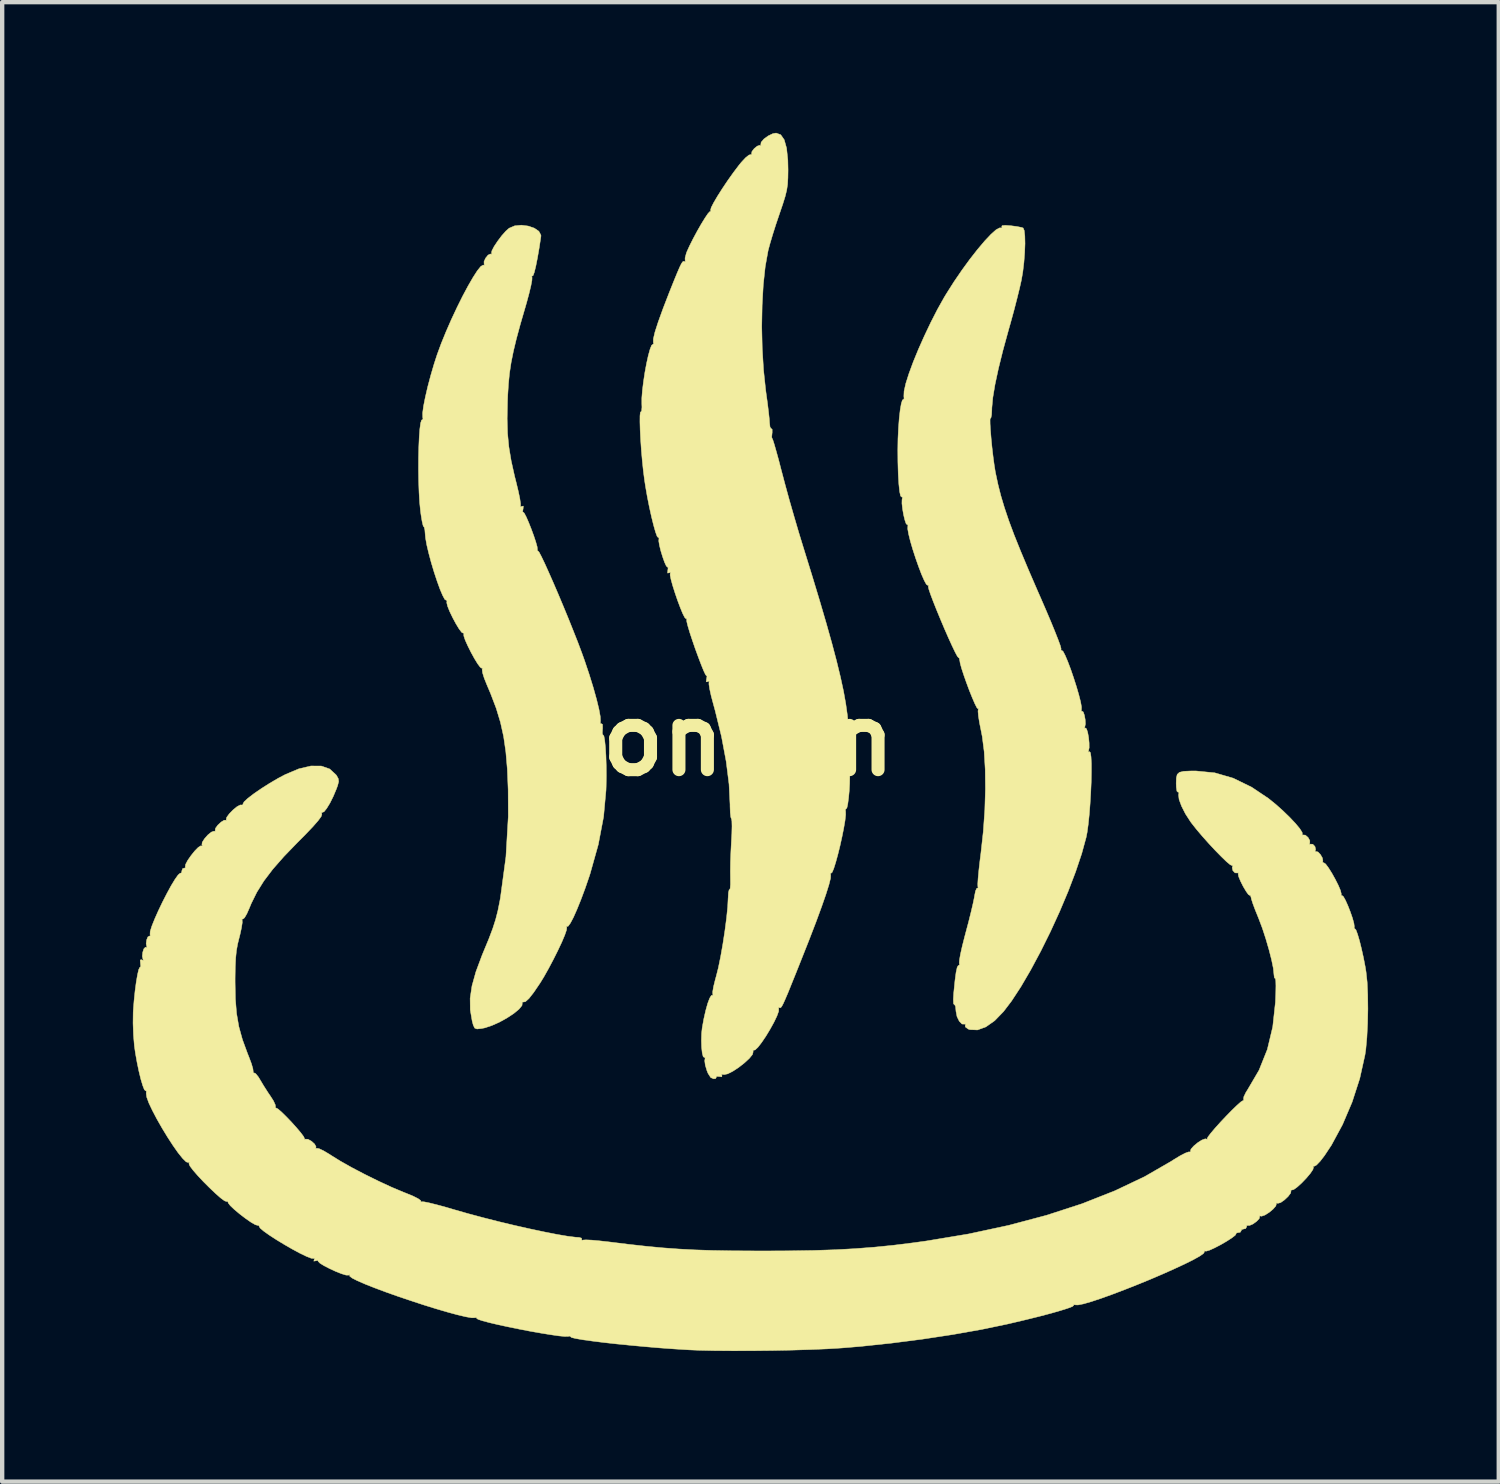
<source format=kicad_pcb>
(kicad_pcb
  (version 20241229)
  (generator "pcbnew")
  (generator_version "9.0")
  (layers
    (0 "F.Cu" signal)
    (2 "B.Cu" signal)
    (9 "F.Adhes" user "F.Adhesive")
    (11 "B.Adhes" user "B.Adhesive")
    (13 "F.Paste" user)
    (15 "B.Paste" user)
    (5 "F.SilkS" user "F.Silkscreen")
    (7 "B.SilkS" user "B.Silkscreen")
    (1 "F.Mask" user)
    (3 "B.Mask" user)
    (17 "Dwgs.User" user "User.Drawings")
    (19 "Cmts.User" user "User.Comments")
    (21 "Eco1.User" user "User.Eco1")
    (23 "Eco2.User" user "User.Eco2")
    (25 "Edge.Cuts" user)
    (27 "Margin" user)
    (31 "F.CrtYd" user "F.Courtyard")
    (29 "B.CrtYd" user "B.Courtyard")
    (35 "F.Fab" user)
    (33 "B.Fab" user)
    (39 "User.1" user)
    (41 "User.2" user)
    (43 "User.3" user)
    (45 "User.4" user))
  (footprint "onsen"
    (layer "F.Cu")
    (at 14.136 13.933)
    (property "Reference" "onsen" (at 0 0 0) (layer "F.SilkS") (effects (font (size 1.524 1.524) (thickness 0.3))))
    (attr through_hole)
    (fp_poly (pts (xy -5.059 -11.793) (xy -4.918 -11.745) (xy -4.813 -11.673) (xy -4.765 -11.583) (xy -4.766 -11.55) (xy -4.805 -11.292) (xy -4.845 -11.062) (xy -4.883 -10.871) (xy -4.917 -10.732) (xy -4.944 -10.658) (xy -4.956 -10.649) (xy -4.977 -10.639) (xy -4.969 -10.608) (xy -4.972 -10.546) (xy -4.996 -10.419) (xy -5.038 -10.244) (xy -5.094 -10.036) (xy -5.122 -9.939) (xy -5.238 -9.54) (xy -5.329 -9.204) (xy -5.398 -8.916) (xy -5.45 -8.658) (xy -5.487 -8.413) (xy -5.511 -8.166) (xy -5.528 -7.899) (xy -5.533 -7.764) (xy -5.541 -7.373) (xy -5.532 -7.037) (xy -5.502 -6.724) (xy -5.449 -6.404) (xy -5.37 -6.049) (xy -5.33 -5.891) (xy -5.284 -5.699) (xy -5.25 -5.535) (xy -5.233 -5.418) (xy -5.234 -5.366) (xy -5.236 -5.342) (xy -5.207 -5.355) (xy -5.17 -5.363) (xy -5.174 -5.304) (xy -5.176 -5.294) (xy -5.186 -5.231) (xy -5.175 -5.225) (xy -5.149 -5.202) (xy -5.104 -5.117) (xy -5.048 -4.989) (xy -4.988 -4.838) (xy -4.93 -4.681) (xy -4.883 -4.538) (xy -4.852 -4.428) (xy -4.847 -4.369) (xy -4.847 -4.369) (xy -4.847 -4.331) (xy -4.834 -4.334) (xy -4.807 -4.304) (xy -4.755 -4.205) (xy -4.68 -4.049) (xy -4.588 -3.845) (xy -4.482 -3.605) (xy -4.368 -3.34) (xy -4.25 -3.059) (xy -4.132 -2.773) (xy -4.02 -2.493) (xy -3.916 -2.23) (xy -3.827 -1.993) (xy -3.765 -1.82) (xy -3.657 -1.498) (xy -3.564 -1.197) (xy -3.489 -0.928) (xy -3.434 -0.703) (xy -3.403 -0.533) (xy -3.398 -0.429) (xy -3.4 -0.419) (xy -3.401 -0.364) (xy -3.377 -0.366) (xy -3.351 -0.35) (xy -3.349 -0.26) (xy -3.351 -0.242) (xy -3.356 -0.148) (xy -3.344 -0.108) (xy -3.339 -0.109) (xy -3.319 -0.082) (xy -3.301 0.015) (xy -3.285 0.17) (xy -3.273 0.367) (xy -3.266 0.593) (xy -3.264 0.834) (xy -3.268 1.076) (xy -3.271 1.162) (xy -3.327 1.773) (xy -3.448 2.408) (xy -3.636 3.078) (xy -3.656 3.14) (xy -3.75 3.414) (xy -3.845 3.669) (xy -3.936 3.894) (xy -4.018 4.079) (xy -4.088 4.212) (xy -4.139 4.283) (xy -4.16 4.29) (xy -4.184 4.29) (xy -4.172 4.314) (xy -4.178 4.371) (xy -4.218 4.488) (xy -4.286 4.649) (xy -4.376 4.84) (xy -4.479 5.046) (xy -4.589 5.254) (xy -4.698 5.448) (xy -4.784 5.588) (xy -4.929 5.802) (xy -5.04 5.944) (xy -5.121 6.017) (xy -5.175 6.026) (xy -5.177 6.025) (xy -5.2 6.026) (xy -5.193 6.043) (xy -5.2 6.105) (xy -5.27 6.19) (xy -5.389 6.288) (xy -5.542 6.389) (xy -5.713 6.484) (xy -5.889 6.563) (xy -6.053 6.618) (xy -6.135 6.634) (xy -6.233 6.644) (xy -6.286 6.624) (xy -6.319 6.556) (xy -6.344 6.463) (xy -6.388 6.205) (xy -6.391 5.939) (xy -6.348 5.652) (xy -6.258 5.329) (xy -6.119 4.956) (xy -6.08 4.861) (xy -5.961 4.574) (xy -5.872 4.338) (xy -5.805 4.129) (xy -5.753 3.925) (xy -5.708 3.7) (xy -5.695 3.626) (xy -5.569 2.691) (xy -5.515 1.764) (xy -5.518 1.143) (xy -5.537 0.681) (xy -5.571 0.283) (xy -5.622 -0.07) (xy -5.695 -0.399) (xy -5.793 -0.722) (xy -5.922 -1.06) (xy -6.008 -1.263) (xy -6.068 -1.413) (xy -6.106 -1.535) (xy -6.115 -1.609) (xy -6.113 -1.616) (xy -6.108 -1.645) (xy -6.123 -1.639) (xy -6.159 -1.662) (xy -6.22 -1.744) (xy -6.294 -1.865) (xy -6.373 -2.009) (xy -6.446 -2.155) (xy -6.504 -2.285) (xy -6.536 -2.38) (xy -6.537 -2.419) (xy -6.531 -2.449) (xy -6.548 -2.443) (xy -6.586 -2.464) (xy -6.646 -2.544) (xy -6.719 -2.664) (xy -6.793 -2.802) (xy -6.86 -2.941) (xy -6.908 -3.061) (xy -6.928 -3.142) (xy -6.926 -3.158) (xy -6.923 -3.201) (xy -6.939 -3.198) (xy -6.974 -3.221) (xy -7.023 -3.313) (xy -7.084 -3.457) (xy -7.15 -3.64) (xy -7.219 -3.848) (xy -7.284 -4.065) (xy -7.341 -4.278) (xy -7.387 -4.471) (xy -7.415 -4.631) (xy -7.422 -4.705) (xy -7.431 -4.817) (xy -7.447 -4.88) (xy -7.456 -4.886) (xy -7.472 -4.917) (xy -7.495 -5.015) (xy -7.519 -5.162) (xy -7.53 -5.242) (xy -7.55 -5.441) (xy -7.564 -5.676) (xy -7.573 -5.934) (xy -7.577 -6.202) (xy -7.576 -6.469) (xy -7.57 -6.722) (xy -7.56 -6.947) (xy -7.546 -7.134) (xy -7.528 -7.268) (xy -7.506 -7.338) (xy -7.491 -7.344) (xy -7.474 -7.36) (xy -7.48 -7.406) (xy -7.482 -7.499) (xy -7.461 -7.657) (xy -7.42 -7.864) (xy -7.364 -8.105) (xy -7.295 -8.365) (xy -7.218 -8.628) (xy -7.149 -8.84) (xy -7.055 -9.096) (xy -6.944 -9.368) (xy -6.822 -9.647) (xy -6.694 -9.92) (xy -6.565 -10.18) (xy -6.44 -10.414) (xy -6.325 -10.613) (xy -6.226 -10.767) (xy -6.147 -10.865) (xy -6.093 -10.897) (xy -6.086 -10.895) (xy -6.061 -10.893) (xy -6.07 -10.914) (xy -6.072 -10.978) (xy -6.035 -11.058) (xy -5.98 -11.126) (xy -5.926 -11.152) (xy -5.915 -11.148) (xy -5.891 -11.148) (xy -5.901 -11.169) (xy -5.892 -11.224) (xy -5.841 -11.323) (xy -5.76 -11.445) (xy -5.666 -11.57) (xy -5.57 -11.678) (xy -5.495 -11.744) (xy -5.368 -11.798) (xy -5.215 -11.813) (xy -5.059 -11.793)) (stroke (width 0.01) (type solid)) (fill yes) (layer "F.SilkS"))
    (fp_poly (pts (xy 6.025 -11.8) (xy 6.163 -11.782) (xy 6.269 -11.761) (xy 6.307 -11.748) (xy 6.332 -11.69) (xy 6.346 -11.564) (xy 6.35 -11.389) (xy 6.342 -11.182) (xy 6.325 -10.96) (xy 6.299 -10.739) (xy 6.266 -10.548) (xy 6.225 -10.366) (xy 6.166 -10.127) (xy 6.096 -9.855) (xy 6.019 -9.574) (xy 5.969 -9.398) (xy 5.843 -8.938) (xy 5.74 -8.522) (xy 5.662 -8.159) (xy 5.611 -7.855) (xy 5.589 -7.62) (xy 5.588 -7.573) (xy 5.582 -7.457) (xy 5.568 -7.389) (xy 5.555 -7.381) (xy 5.547 -7.35) (xy 5.548 -7.252) (xy 5.557 -7.102) (xy 5.572 -6.917) (xy 5.592 -6.713) (xy 5.616 -6.507) (xy 5.642 -6.314) (xy 5.668 -6.15) (xy 5.674 -6.12) (xy 5.729 -5.862) (xy 5.795 -5.601) (xy 5.877 -5.327) (xy 5.977 -5.03) (xy 6.1 -4.7) (xy 6.25 -4.327) (xy 6.429 -3.9) (xy 6.641 -3.41) (xy 6.696 -3.285) (xy 6.823 -2.993) (xy 6.937 -2.725) (xy 7.033 -2.491) (xy 7.108 -2.301) (xy 7.158 -2.165) (xy 7.178 -2.093) (xy 7.177 -2.085) (xy 7.177 -2.047) (xy 7.193 -2.051) (xy 7.224 -2.026) (xy 7.272 -1.934) (xy 7.332 -1.792) (xy 7.399 -1.615) (xy 7.466 -1.419) (xy 7.53 -1.219) (xy 7.585 -1.03) (xy 7.626 -0.869) (xy 7.647 -0.751) (xy 7.646 -0.696) (xy 7.642 -0.652) (xy 7.659 -0.654) (xy 7.688 -0.635) (xy 7.714 -0.559) (xy 7.732 -0.458) (xy 7.737 -0.359) (xy 7.723 -0.292) (xy 7.723 -0.291) (xy 7.716 -0.26) (xy 7.736 -0.269) (xy 7.763 -0.247) (xy 7.789 -0.166) (xy 7.81 -0.05) (xy 7.822 0.076) (xy 7.823 0.186) (xy 7.809 0.256) (xy 7.808 0.258) (xy 7.8 0.289) (xy 7.831 0.276) (xy 7.852 0.3) (xy 7.866 0.395) (xy 7.874 0.549) (xy 7.874 0.747) (xy 7.87 0.976) (xy 7.859 1.224) (xy 7.844 1.476) (xy 7.825 1.721) (xy 7.802 1.944) (xy 7.776 2.132) (xy 7.754 2.244) (xy 7.652 2.617) (xy 7.512 3.034) (xy 7.341 3.482) (xy 7.146 3.945) (xy 6.933 4.41) (xy 6.709 4.862) (xy 6.481 5.288) (xy 6.256 5.673) (xy 6.04 6.003) (xy 5.858 6.242) (xy 5.653 6.454) (xy 5.451 6.596) (xy 5.259 6.666) (xy 5.085 6.659) (xy 5.046 6.646) (xy 4.979 6.597) (xy 4.978 6.555) (xy 4.983 6.526) (xy 4.965 6.533) (xy 4.903 6.53) (xy 4.84 6.465) (xy 4.789 6.361) (xy 4.765 6.238) (xy 4.764 6.225) (xy 4.755 6.128) (xy 4.733 6.084) (xy 4.724 6.086) (xy 4.708 6.06) (xy 4.704 5.963) (xy 4.713 5.81) (xy 4.715 5.796) (xy 4.742 5.529) (xy 4.767 5.342) (xy 4.792 5.229) (xy 4.817 5.186) (xy 4.827 5.187) (xy 4.846 5.171) (xy 4.84 5.129) (xy 4.844 5.063) (xy 4.867 4.931) (xy 4.907 4.751) (xy 4.961 4.537) (xy 4.992 4.42) (xy 5.055 4.183) (xy 5.111 3.958) (xy 5.156 3.766) (xy 5.185 3.626) (xy 5.191 3.589) (xy 5.213 3.477) (xy 5.24 3.416) (xy 5.254 3.411) (xy 5.274 3.401) (xy 5.267 3.372) (xy 5.265 3.312) (xy 5.273 3.183) (xy 5.29 3) (xy 5.315 2.779) (xy 5.338 2.598) (xy 5.392 2.108) (xy 5.427 1.614) (xy 5.441 1.133) (xy 5.436 0.681) (xy 5.412 0.273) (xy 5.367 -0.076) (xy 5.342 -0.202) (xy 5.305 -0.387) (xy 5.28 -0.543) (xy 5.271 -0.651) (xy 5.275 -0.689) (xy 5.283 -0.717) (xy 5.269 -0.708) (xy 5.244 -0.734) (xy 5.199 -0.823) (xy 5.14 -0.959) (xy 5.073 -1.125) (xy 5.006 -1.305) (xy 4.944 -1.481) (xy 4.893 -1.637) (xy 4.861 -1.755) (xy 4.853 -1.806) (xy 4.839 -1.872) (xy 4.823 -1.882) (xy 4.797 -1.912) (xy 4.746 -2.007) (xy 4.676 -2.153) (xy 4.592 -2.337) (xy 4.501 -2.544) (xy 4.409 -2.762) (xy 4.321 -2.975) (xy 4.243 -3.171) (xy 4.181 -3.335) (xy 4.141 -3.454) (xy 4.129 -3.514) (xy 4.13 -3.517) (xy 4.138 -3.55) (xy 4.117 -3.542) (xy 4.084 -3.566) (xy 4.035 -3.656) (xy 3.973 -3.797) (xy 3.906 -3.974) (xy 3.837 -4.17) (xy 3.772 -4.37) (xy 3.717 -4.558) (xy 3.677 -4.72) (xy 3.656 -4.84) (xy 3.659 -4.896) (xy 3.661 -4.937) (xy 3.645 -4.934) (xy 3.619 -4.959) (xy 3.59 -5.044) (xy 3.561 -5.165) (xy 3.538 -5.299) (xy 3.524 -5.422) (xy 3.526 -5.51) (xy 3.53 -5.526) (xy 3.535 -5.571) (xy 3.519 -5.57) (xy 3.493 -5.594) (xy 3.471 -5.695) (xy 3.453 -5.865) (xy 3.439 -6.096) (xy 3.431 -6.381) (xy 3.429 -6.655) (xy 3.433 -6.911) (xy 3.445 -7.158) (xy 3.462 -7.383) (xy 3.484 -7.574) (xy 3.509 -7.716) (xy 3.535 -7.798) (xy 3.556 -7.811) (xy 3.573 -7.83) (xy 3.568 -7.886) (xy 3.573 -8.001) (xy 3.613 -8.179) (xy 3.685 -8.406) (xy 3.783 -8.672) (xy 3.903 -8.964) (xy 4.039 -9.27) (xy 4.186 -9.579) (xy 4.339 -9.878) (xy 4.494 -10.155) (xy 4.548 -10.244) (xy 4.72 -10.515) (xy 4.901 -10.78) (xy 5.083 -11.03) (xy 5.261 -11.257) (xy 5.425 -11.451) (xy 5.569 -11.604) (xy 5.685 -11.707) (xy 5.766 -11.751) (xy 5.787 -11.75) (xy 5.825 -11.751) (xy 5.816 -11.776) (xy 5.823 -11.802) (xy 5.896 -11.809) (xy 6.025 -11.8)) (stroke (width 0.01) (type solid)) (fill yes) (layer "F.SilkS"))
    (fp_poly (pts (xy 0.741 -13.889) (xy 0.821 -13.774) (xy 0.875 -13.581) (xy 0.904 -13.308) (xy 0.909 -13.081) (xy 0.906 -12.898) (xy 0.898 -12.751) (xy 0.878 -12.617) (xy 0.843 -12.474) (xy 0.788 -12.297) (xy 0.709 -12.065) (xy 0.63 -11.831) (xy 0.556 -11.598) (xy 0.495 -11.392) (xy 0.453 -11.237) (xy 0.449 -11.218) (xy 0.385 -10.862) (xy 0.34 -10.442) (xy 0.314 -9.976) (xy 0.305 -9.483) (xy 0.316 -8.982) (xy 0.346 -8.49) (xy 0.395 -8.028) (xy 0.407 -7.938) (xy 0.437 -7.723) (xy 0.461 -7.525) (xy 0.478 -7.366) (xy 0.484 -7.275) (xy 0.495 -7.181) (xy 0.517 -7.142) (xy 0.524 -7.143) (xy 0.544 -7.124) (xy 0.544 -7.046) (xy 0.542 -7.034) (xy 0.534 -6.949) (xy 0.541 -6.919) (xy 0.542 -6.921) (xy 0.558 -6.888) (xy 0.591 -6.785) (xy 0.637 -6.624) (xy 0.694 -6.418) (xy 0.756 -6.177) (xy 0.764 -6.148) (xy 0.843 -5.849) (xy 0.939 -5.499) (xy 1.046 -5.127) (xy 1.153 -4.762) (xy 1.25 -4.445) (xy 1.455 -3.783) (xy 1.633 -3.195) (xy 1.786 -2.673) (xy 1.916 -2.21) (xy 2.024 -1.801) (xy 2.112 -1.438) (xy 2.182 -1.115) (xy 2.234 -0.825) (xy 2.271 -0.562) (xy 2.294 -0.317) (xy 2.305 -0.086) (xy 2.306 0.01) (xy 2.309 0.186) (xy 2.318 0.324) (xy 2.33 0.407) (xy 2.339 0.423) (xy 2.363 0.46) (xy 2.371 0.532) (xy 2.36 0.605) (xy 2.337 0.619) (xy 2.32 0.642) (xy 2.319 0.723) (xy 2.321 0.746) (xy 2.326 0.86) (xy 2.323 1.01) (xy 2.314 1.176) (xy 2.299 1.336) (xy 2.281 1.472) (xy 2.262 1.562) (xy 2.244 1.588) (xy 2.225 1.603) (xy 2.23 1.647) (xy 2.232 1.726) (xy 2.217 1.861) (xy 2.187 2.036) (xy 2.147 2.235) (xy 2.101 2.443) (xy 2.051 2.644) (xy 2.002 2.822) (xy 1.958 2.962) (xy 1.921 3.048) (xy 1.899 3.066) (xy 1.88 3.076) (xy 1.888 3.106) (xy 1.885 3.181) (xy 1.848 3.33) (xy 1.779 3.55) (xy 1.679 3.838) (xy 1.549 4.192) (xy 1.389 4.607) (xy 1.227 5.016) (xy 1.094 5.35) (xy 0.988 5.612) (xy 0.907 5.813) (xy 0.845 5.958) (xy 0.8 6.058) (xy 0.768 6.119) (xy 0.745 6.15) (xy 0.728 6.159) (xy 0.712 6.154) (xy 0.707 6.152) (xy 0.685 6.153) (xy 0.695 6.175) (xy 0.693 6.238) (xy 0.653 6.348) (xy 0.584 6.492) (xy 0.496 6.651) (xy 0.4 6.81) (xy 0.303 6.953) (xy 0.218 7.063) (xy 0.152 7.125) (xy 0.123 7.131) (xy 0.102 7.14) (xy 0.108 7.167) (xy 0.092 7.23) (xy 0.019 7.32) (xy -0.093 7.423) (xy -0.224 7.526) (xy -0.358 7.614) (xy -0.477 7.674) (xy -0.561 7.692) (xy -0.573 7.689) (xy -0.617 7.685) (xy -0.609 7.712) (xy -0.612 7.743) (xy -0.671 7.736) (xy -0.732 7.732) (xy -0.738 7.751) (xy -0.753 7.782) (xy -0.798 7.789) (xy -0.866 7.76) (xy -0.928 7.664) (xy -0.954 7.6) (xy -0.992 7.474) (xy -1.005 7.373) (xy -1 7.344) (xy -0.995 7.299) (xy -1.012 7.3) (xy -1.04 7.28) (xy -1.062 7.195) (xy -1.076 7.064) (xy -1.081 6.907) (xy -1.076 6.743) (xy -1.063 6.622) (xy -1.026 6.415) (xy -0.982 6.221) (xy -0.936 6.056) (xy -0.89 5.935) (xy -0.852 5.873) (xy -0.835 5.871) (xy -0.812 5.87) (xy -0.82 5.85) (xy -0.822 5.791) (xy -0.802 5.672) (xy -0.763 5.514) (xy -0.74 5.431) (xy -0.69 5.233) (xy -0.638 4.978) (xy -0.587 4.687) (xy -0.541 4.385) (xy -0.503 4.094) (xy -0.477 3.837) (xy -0.467 3.639) (xy -0.466 3.628) (xy -0.46 3.514) (xy -0.445 3.45) (xy -0.434 3.444) (xy -0.42 3.416) (xy -0.413 3.323) (xy -0.414 3.185) (xy -0.414 3.182) (xy -0.416 3.025) (xy -0.413 2.813) (xy -0.404 2.575) (xy -0.393 2.36) (xy -0.382 2.158) (xy -0.378 1.99) (xy -0.381 1.873) (xy -0.389 1.821) (xy -0.391 1.82) (xy -0.406 1.781) (xy -0.418 1.678) (xy -0.423 1.531) (xy -0.423 1.491) (xy -0.446 1.024) (xy -0.512 0.5) (xy -0.619 -0.07) (xy -0.766 -0.67) (xy -0.806 -0.816) (xy -0.856 -1.003) (xy -0.891 -1.162) (xy -0.908 -1.274) (xy -0.906 -1.32) (xy -0.901 -1.347) (xy -0.931 -1.333) (xy -0.969 -1.326) (xy -0.965 -1.385) (xy -0.962 -1.395) (xy -0.952 -1.458) (xy -0.963 -1.464) (xy -0.986 -1.491) (xy -1.029 -1.582) (xy -1.086 -1.723) (xy -1.152 -1.896) (xy -1.222 -2.087) (xy -1.288 -2.279) (xy -1.347 -2.457) (xy -1.391 -2.605) (xy -1.416 -2.706) (xy -1.419 -2.743) (xy -1.42 -2.78) (xy -1.435 -2.776) (xy -1.463 -2.803) (xy -1.509 -2.893) (xy -1.565 -3.029) (xy -1.627 -3.194) (xy -1.687 -3.369) (xy -1.74 -3.536) (xy -1.779 -3.679) (xy -1.799 -3.778) (xy -1.797 -3.814) (xy -1.789 -3.845) (xy -1.82 -3.831) (xy -1.858 -3.824) (xy -1.853 -3.883) (xy -1.852 -3.888) (xy -1.845 -3.951) (xy -1.859 -3.96) (xy -1.887 -3.986) (xy -1.926 -4.071) (xy -1.97 -4.194) (xy -2.012 -4.331) (xy -2.044 -4.461) (xy -2.06 -4.56) (xy -2.057 -4.598) (xy -2.055 -4.64) (xy -2.071 -4.638) (xy -2.097 -4.665) (xy -2.133 -4.763) (xy -2.177 -4.917) (xy -2.226 -5.114) (xy -2.276 -5.34) (xy -2.324 -5.582) (xy -2.366 -5.825) (xy -2.388 -5.969) (xy -2.415 -6.179) (xy -2.439 -6.411) (xy -2.46 -6.653) (xy -2.476 -6.891) (xy -2.487 -7.109) (xy -2.492 -7.295) (xy -2.491 -7.435) (xy -2.483 -7.513) (xy -2.473 -7.525) (xy -2.453 -7.548) (xy -2.446 -7.635) (xy -2.449 -7.705) (xy -2.449 -7.843) (xy -2.435 -8.021) (xy -2.41 -8.223) (xy -2.378 -8.434) (xy -2.34 -8.639) (xy -2.3 -8.82) (xy -2.26 -8.964) (xy -2.224 -9.055) (xy -2.195 -9.077) (xy -2.177 -9.088) (xy -2.185 -9.119) (xy -2.184 -9.202) (xy -2.147 -9.36) (xy -2.072 -9.592) (xy -1.961 -9.899) (xy -1.819 -10.266) (xy -1.715 -10.526) (xy -1.637 -10.716) (xy -1.58 -10.848) (xy -1.54 -10.929) (xy -1.511 -10.972) (xy -1.488 -10.984) (xy -1.469 -10.978) (xy -1.446 -10.979) (xy -1.454 -10.996) (xy -1.456 -11.06) (xy -1.428 -11.165) (xy -1.414 -11.203) (xy -1.351 -11.342) (xy -1.269 -11.505) (xy -1.177 -11.676) (xy -1.084 -11.839) (xy -0.998 -11.979) (xy -0.93 -12.079) (xy -0.889 -12.124) (xy -0.883 -12.125) (xy -0.864 -12.135) (xy -0.87 -12.161) (xy -0.856 -12.217) (xy -0.8 -12.327) (xy -0.712 -12.477) (xy -0.601 -12.652) (xy -0.477 -12.837) (xy -0.347 -13.02) (xy -0.223 -13.184) (xy -0.163 -13.258) (xy -0.068 -13.36) (xy 0.011 -13.423) (xy 0.053 -13.434) (xy 0.078 -13.433) (xy 0.071 -13.449) (xy 0.079 -13.503) (xy 0.131 -13.571) (xy 0.201 -13.628) (xy 0.261 -13.648) (xy 0.275 -13.642) (xy 0.291 -13.64) (xy 0.282 -13.659) (xy 0.291 -13.718) (xy 0.355 -13.792) (xy 0.453 -13.863) (xy 0.559 -13.914) (xy 0.635 -13.928) (xy 0.741 -13.889)) (stroke (width 0.01) (type solid)) (fill yes) (layer "F.SilkS"))
    (fp_poly (pts (xy -9.809 0.606) (xy -9.615 0.674) (xy -9.47 0.808) (xy -9.456 0.827) (xy -9.418 0.897) (xy -9.41 0.963) (xy -9.434 1.057) (xy -9.462 1.133) (xy -9.533 1.302) (xy -9.61 1.457) (xy -9.685 1.58) (xy -9.746 1.656) (xy -9.783 1.67) (xy -9.803 1.68) (xy -9.795 1.713) (xy -9.81 1.763) (xy -9.879 1.858) (xy -10.004 2.001) (xy -10.188 2.194) (xy -10.354 2.36) (xy -10.669 2.686) (xy -10.924 2.977) (xy -11.128 3.246) (xy -11.289 3.504) (xy -11.418 3.765) (xy -11.458 3.862) (xy -11.518 3.999) (xy -11.572 4.091) (xy -11.61 4.121) (xy -11.612 4.12) (xy -11.634 4.121) (xy -11.626 4.14) (xy -11.623 4.2) (xy -11.641 4.32) (xy -11.675 4.476) (xy -11.691 4.538) (xy -11.73 4.695) (xy -11.757 4.846) (xy -11.774 5.014) (xy -11.784 5.218) (xy -11.788 5.479) (xy -11.788 5.567) (xy -11.781 5.956) (xy -11.754 6.287) (xy -11.702 6.589) (xy -11.62 6.886) (xy -11.503 7.205) (xy -11.47 7.288) (xy -11.414 7.437) (xy -11.379 7.557) (xy -11.371 7.626) (xy -11.373 7.631) (xy -11.374 7.656) (xy -11.359 7.649) (xy -11.316 7.668) (xy -11.255 7.743) (xy -11.219 7.802) (xy -11.135 7.943) (xy -11.032 8.104) (xy -10.978 8.183) (xy -10.905 8.298) (xy -10.864 8.389) (xy -10.86 8.427) (xy -10.861 8.458) (xy -10.848 8.457) (xy -10.803 8.48) (xy -10.72 8.552) (xy -10.612 8.658) (xy -10.493 8.782) (xy -10.378 8.91) (xy -10.28 9.026) (xy -10.213 9.116) (xy -10.192 9.164) (xy -10.193 9.166) (xy -10.194 9.181) (xy -10.176 9.173) (xy -10.114 9.176) (xy -10.033 9.221) (xy -9.963 9.285) (xy -9.929 9.346) (xy -9.933 9.366) (xy -9.935 9.391) (xy -9.915 9.382) (xy -9.861 9.391) (xy -9.757 9.44) (xy -9.624 9.519) (xy -9.58 9.548) (xy -9.372 9.677) (xy -9.108 9.826) (xy -8.808 9.983) (xy -8.496 10.137) (xy -8.194 10.277) (xy -7.923 10.391) (xy -7.862 10.415) (xy -7.702 10.481) (xy -7.585 10.54) (xy -7.526 10.583) (xy -7.522 10.597) (xy -7.521 10.619) (xy -7.503 10.611) (xy -7.449 10.613) (xy -7.329 10.637) (xy -7.156 10.68) (xy -6.945 10.737) (xy -6.766 10.79) (xy -6.448 10.881) (xy -6.101 10.974) (xy -5.74 11.066) (xy -5.376 11.153) (xy -5.022 11.233) (xy -4.692 11.303) (xy -4.397 11.361) (xy -4.151 11.403) (xy -3.965 11.426) (xy -3.889 11.43) (xy -3.832 11.447) (xy -3.831 11.472) (xy -3.824 11.496) (xy -3.794 11.49) (xy -3.73 11.486) (xy -3.601 11.492) (xy -3.424 11.508) (xy -3.22 11.531) (xy -3.21 11.532) (xy -2.757 11.588) (xy -2.35 11.633) (xy -1.972 11.669) (xy -1.605 11.696) (xy -1.231 11.716) (xy -0.833 11.729) (xy -0.392 11.737) (xy 0.108 11.74) (xy 0.339 11.741) (xy 0.953 11.738) (xy 1.498 11.729) (xy 1.992 11.713) (xy 2.451 11.688) (xy 2.891 11.654) (xy 3.329 11.61) (xy 3.78 11.554) (xy 4.085 11.512) (xy 5.052 11.351) (xy 5.974 11.153) (xy 6.846 10.921) (xy 7.661 10.656) (xy 8.413 10.359) (xy 9.097 10.034) (xy 9.707 9.682) (xy 9.761 9.647) (xy 9.907 9.558) (xy 10.03 9.494) (xy 10.109 9.466) (xy 10.127 9.467) (xy 10.154 9.469) (xy 10.147 9.453) (xy 10.16 9.403) (xy 10.224 9.331) (xy 10.315 9.255) (xy 10.411 9.194) (xy 10.487 9.166) (xy 10.51 9.17) (xy 10.54 9.179) (xy 10.531 9.166) (xy 10.548 9.126) (xy 10.613 9.04) (xy 10.713 8.922) (xy 10.836 8.785) (xy 10.97 8.643) (xy 11.101 8.509) (xy 11.218 8.396) (xy 11.306 8.318) (xy 11.355 8.288) (xy 11.358 8.288) (xy 11.375 8.273) (xy 11.367 8.256) (xy 11.374 8.2) (xy 11.421 8.102) (xy 11.464 8.033) (xy 11.723 7.591) (xy 11.914 7.114) (xy 12.038 6.595) (xy 12.1 6.026) (xy 12.108 5.822) (xy 12.111 5.655) (xy 12.108 5.539) (xy 12.1 5.489) (xy 12.097 5.489) (xy 12.075 5.467) (xy 12.065 5.387) (xy 12.065 5.384) (xy 12.051 5.249) (xy 12.011 5.055) (xy 11.952 4.824) (xy 11.88 4.576) (xy 11.8 4.331) (xy 11.717 4.111) (xy 11.703 4.076) (xy 11.634 3.906) (xy 11.58 3.761) (xy 11.548 3.66) (xy 11.543 3.633) (xy 11.527 3.58) (xy 11.513 3.578) (xy 11.478 3.556) (xy 11.423 3.478) (xy 11.359 3.37) (xy 11.3 3.253) (xy 11.257 3.15) (xy 11.244 3.086) (xy 11.246 3.08) (xy 11.247 3.055) (xy 11.23 3.062) (xy 11.172 3.059) (xy 11.122 3.007) (xy 11.107 2.939) (xy 11.115 2.916) (xy 11.122 2.885) (xy 11.104 2.892) (xy 11.061 2.872) (xy 10.975 2.8) (xy 10.857 2.686) (xy 10.718 2.544) (xy 10.569 2.384) (xy 10.421 2.218) (xy 10.286 2.059) (xy 10.175 1.918) (xy 10.15 1.884) (xy 10.033 1.703) (xy 9.944 1.527) (xy 9.888 1.376) (xy 9.875 1.267) (xy 9.88 1.247) (xy 9.883 1.203) (xy 9.863 1.207) (xy 9.838 1.185) (xy 9.824 1.09) (xy 9.821 1.002) (xy 9.825 0.878) (xy 9.845 0.797) (xy 9.897 0.75) (xy 9.996 0.727) (xy 10.156 0.72) (xy 10.28 0.72) (xy 10.706 0.762) (xy 11.13 0.885) (xy 11.553 1.091) (xy 11.938 1.349) (xy 12.104 1.483) (xy 12.27 1.631) (xy 12.425 1.781) (xy 12.559 1.923) (xy 12.658 2.042) (xy 12.713 2.129) (xy 12.718 2.165) (xy 12.712 2.195) (xy 12.73 2.188) (xy 12.788 2.193) (xy 12.85 2.247) (xy 12.89 2.32) (xy 12.888 2.375) (xy 12.88 2.407) (xy 12.9 2.399) (xy 12.958 2.402) (xy 13.008 2.454) (xy 13.023 2.522) (xy 13.015 2.545) (xy 13.008 2.576) (xy 13.027 2.568) (xy 13.077 2.579) (xy 13.134 2.639) (xy 13.179 2.718) (xy 13.19 2.786) (xy 13.185 2.796) (xy 13.191 2.828) (xy 13.211 2.827) (xy 13.253 2.856) (xy 13.318 2.943) (xy 13.396 3.067) (xy 13.475 3.209) (xy 13.545 3.348) (xy 13.594 3.464) (xy 13.612 3.539) (xy 13.61 3.548) (xy 13.613 3.584) (xy 13.629 3.579) (xy 13.66 3.603) (xy 13.708 3.688) (xy 13.764 3.813) (xy 13.82 3.956) (xy 13.869 4.098) (xy 13.902 4.218) (xy 13.912 4.295) (xy 13.91 4.304) (xy 13.908 4.345) (xy 13.924 4.342) (xy 13.949 4.369) (xy 13.985 4.465) (xy 14.029 4.613) (xy 14.075 4.798) (xy 14.121 5.004) (xy 14.162 5.216) (xy 14.181 5.334) (xy 14.206 5.567) (xy 14.219 5.858) (xy 14.223 6.184) (xy 14.216 6.518) (xy 14.2 6.837) (xy 14.175 7.114) (xy 14.156 7.242) (xy 14.036 7.782) (xy 13.861 8.322) (xy 13.641 8.839) (xy 13.386 9.311) (xy 13.227 9.551) (xy 13.126 9.682) (xy 13.043 9.768) (xy 12.992 9.796) (xy 12.987 9.794) (xy 12.961 9.792) (xy 12.974 9.819) (xy 12.961 9.871) (xy 12.901 9.96) (xy 12.811 10.067) (xy 12.706 10.177) (xy 12.603 10.271) (xy 12.52 10.331) (xy 12.475 10.342) (xy 12.452 10.343) (xy 12.459 10.358) (xy 12.449 10.413) (xy 12.39 10.491) (xy 12.306 10.57) (xy 12.22 10.63) (xy 12.155 10.648) (xy 12.147 10.645) (xy 12.114 10.637) (xy 12.122 10.658) (xy 12.109 10.708) (xy 12.046 10.78) (xy 11.955 10.856) (xy 11.86 10.916) (xy 11.784 10.943) (xy 11.763 10.94) (xy 11.733 10.934) (xy 11.739 10.951) (xy 11.727 11) (xy 11.665 11.064) (xy 11.582 11.123) (xy 11.505 11.156) (xy 11.47 11.154) (xy 11.439 11.16) (xy 11.44 11.183) (xy 11.416 11.228) (xy 11.379 11.234) (xy 11.322 11.251) (xy 11.315 11.276) (xy 11.289 11.314) (xy 11.251 11.318) (xy 11.199 11.329) (xy 11.198 11.346) (xy 11.175 11.383) (xy 11.095 11.444) (xy 10.977 11.52) (xy 10.841 11.599) (xy 10.704 11.67) (xy 10.588 11.723) (xy 10.51 11.746) (xy 10.493 11.744) (xy 10.463 11.738) (xy 10.471 11.759) (xy 10.449 11.798) (xy 10.358 11.862) (xy 10.207 11.946) (xy 10.007 12.045) (xy 9.768 12.156) (xy 9.501 12.275) (xy 9.216 12.397) (xy 8.922 12.517) (xy 8.631 12.632) (xy 8.352 12.738) (xy 8.096 12.83) (xy 7.873 12.904) (xy 7.693 12.956) (xy 7.566 12.981) (xy 7.509 12.979) (xy 7.466 12.975) (xy 7.468 12.991) (xy 7.439 13.016) (xy 7.335 13.056) (xy 7.167 13.109) (xy 6.944 13.173) (xy 6.675 13.244) (xy 6.368 13.32) (xy 6.033 13.399) (xy 5.948 13.419) (xy 5.348 13.544) (xy 4.687 13.661) (xy 3.989 13.767) (xy 3.28 13.858) (xy 2.582 13.932) (xy 2.138 13.969) (xy 1.811 13.989) (xy 1.424 14.005) (xy 0.995 14.018) (xy 0.542 14.027) (xy 0.085 14.032) (xy -0.359 14.033) (xy -0.77 14.03) (xy -1.13 14.022) (xy -1.368 14.012) (xy -1.689 13.992) (xy -2.026 13.968) (xy -2.367 13.939) (xy -2.704 13.908) (xy -3.027 13.876) (xy -3.324 13.843) (xy -3.586 13.81) (xy -3.803 13.78) (xy -3.964 13.752) (xy -4.061 13.729) (xy -4.083 13.712) (xy -4.1 13.696) (xy -4.142 13.702) (xy -4.218 13.704) (xy -4.355 13.691) (xy -4.541 13.664) (xy -4.763 13.628) (xy -5.008 13.585) (xy -5.262 13.536) (xy -5.511 13.485) (xy -5.744 13.435) (xy -5.947 13.387) (xy -6.106 13.345) (xy -6.209 13.311) (xy -6.241 13.288) (xy -6.241 13.288) (xy -6.251 13.268) (xy -6.279 13.274) (xy -6.354 13.276) (xy -6.492 13.252) (xy -6.683 13.207) (xy -6.915 13.144) (xy -7.178 13.067) (xy -7.461 12.979) (xy -7.753 12.883) (xy -8.044 12.785) (xy -8.323 12.686) (xy -8.578 12.591) (xy -8.8 12.503) (xy -8.978 12.426) (xy -9.1 12.364) (xy -9.157 12.32) (xy -9.158 12.307) (xy -9.158 12.284) (xy -9.185 12.297) (xy -9.242 12.295) (xy -9.347 12.263) (xy -9.48 12.21) (xy -9.62 12.145) (xy -9.748 12.079) (xy -9.841 12.021) (xy -9.881 11.98) (xy -9.881 11.973) (xy -9.894 11.957) (xy -9.932 11.967) (xy -9.981 11.975) (xy -9.97 11.939) (xy -9.958 11.903) (xy -9.985 11.914) (xy -10.042 11.908) (xy -10.153 11.864) (xy -10.302 11.792) (xy -10.476 11.698) (xy -10.66 11.592) (xy -10.841 11.482) (xy -11.003 11.377) (xy -11.132 11.285) (xy -11.215 11.214) (xy -11.237 11.173) (xy -11.237 11.172) (xy -11.246 11.149) (xy -11.269 11.154) (xy -11.325 11.138) (xy -11.425 11.08) (xy -11.55 10.993) (xy -11.683 10.891) (xy -11.805 10.789) (xy -11.898 10.701) (xy -11.945 10.64) (xy -11.948 10.627) (xy -11.963 10.598) (xy -11.983 10.606) (xy -12.03 10.59) (xy -12.121 10.523) (xy -12.24 10.418) (xy -12.376 10.289) (xy -12.516 10.149) (xy -12.646 10.01) (xy -12.753 9.887) (xy -12.825 9.791) (xy -12.848 9.737) (xy -12.846 9.734) (xy -12.838 9.701) (xy -12.862 9.711) (xy -12.912 9.695) (xy -12.992 9.616) (xy -13.096 9.487) (xy -13.214 9.319) (xy -13.34 9.125) (xy -13.466 8.918) (xy -13.584 8.711) (xy -13.687 8.515) (xy -13.768 8.344) (xy -13.817 8.209) (xy -13.829 8.124) (xy -13.828 8.119) (xy -13.826 8.066) (xy -13.842 8.064) (xy -13.871 8.039) (xy -13.908 7.945) (xy -13.952 7.798) (xy -13.997 7.613) (xy -14.04 7.406) (xy -14.078 7.191) (xy -14.101 7.027) (xy -14.121 6.786) (xy -14.131 6.513) (xy -14.128 6.262) (xy -14.126 6.223) (xy -14.108 5.994) (xy -14.085 5.771) (xy -14.058 5.568) (xy -14.029 5.4) (xy -14.002 5.282) (xy -13.977 5.229) (xy -13.97 5.228) (xy -13.955 5.207) (xy -13.961 5.136) (xy -13.967 5.06) (xy -13.938 5.053) (xy -13.927 5.059) (xy -13.892 5.07) (xy -13.903 5.043) (xy -13.919 4.973) (xy -13.909 4.883) (xy -13.883 4.803) (xy -13.847 4.766) (xy -13.833 4.769) (xy -13.808 4.77) (xy -13.817 4.75) (xy -13.83 4.684) (xy -13.819 4.599) (xy -13.791 4.53) (xy -13.757 4.51) (xy -13.754 4.511) (xy -13.734 4.501) (xy -13.741 4.47) (xy -13.737 4.402) (xy -13.699 4.28) (xy -13.634 4.118) (xy -13.551 3.931) (xy -13.456 3.732) (xy -13.356 3.537) (xy -13.259 3.358) (xy -13.17 3.211) (xy -13.098 3.109) (xy -13.05 3.067) (xy -13.041 3.068) (xy -13.014 3.053) (xy -13.012 3.016) (xy -12.991 2.959) (xy -12.961 2.954) (xy -12.927 2.94) (xy -12.933 2.92) (xy -12.925 2.865) (xy -12.876 2.772) (xy -12.8 2.663) (xy -12.715 2.557) (xy -12.635 2.475) (xy -12.577 2.438) (xy -12.564 2.44) (xy -12.538 2.443) (xy -12.55 2.416) (xy -12.543 2.358) (xy -12.49 2.275) (xy -12.413 2.188) (xy -12.333 2.123) (xy -12.272 2.101) (xy -12.263 2.104) (xy -12.24 2.103) (xy -12.247 2.087) (xy -12.238 2.035) (xy -12.184 1.962) (xy -12.109 1.893) (xy -12.039 1.85) (xy -12.002 1.851) (xy -11.985 1.855) (xy -11.993 1.838) (xy -11.981 1.784) (xy -11.921 1.702) (xy -11.835 1.614) (xy -11.744 1.539) (xy -11.67 1.5) (xy -11.644 1.501) (xy -11.609 1.499) (xy -11.609 1.478) (xy -11.581 1.427) (xy -11.492 1.345) (xy -11.356 1.241) (xy -11.186 1.124) (xy -10.996 1.003) (xy -10.798 0.887) (xy -10.637 0.802) (xy -10.324 0.67) (xy -10.047 0.605) (xy -9.809 0.606)) (stroke (width 0.01) (type solid)) (fill yes) (layer "F.SilkS")))
  (gr_rect
    (start -3 -3)
    (end 31.364 30.971)
    (stroke (width 0.1) (type default))
    (fill no)
    (layer "Edge.Cuts")))
</source>
